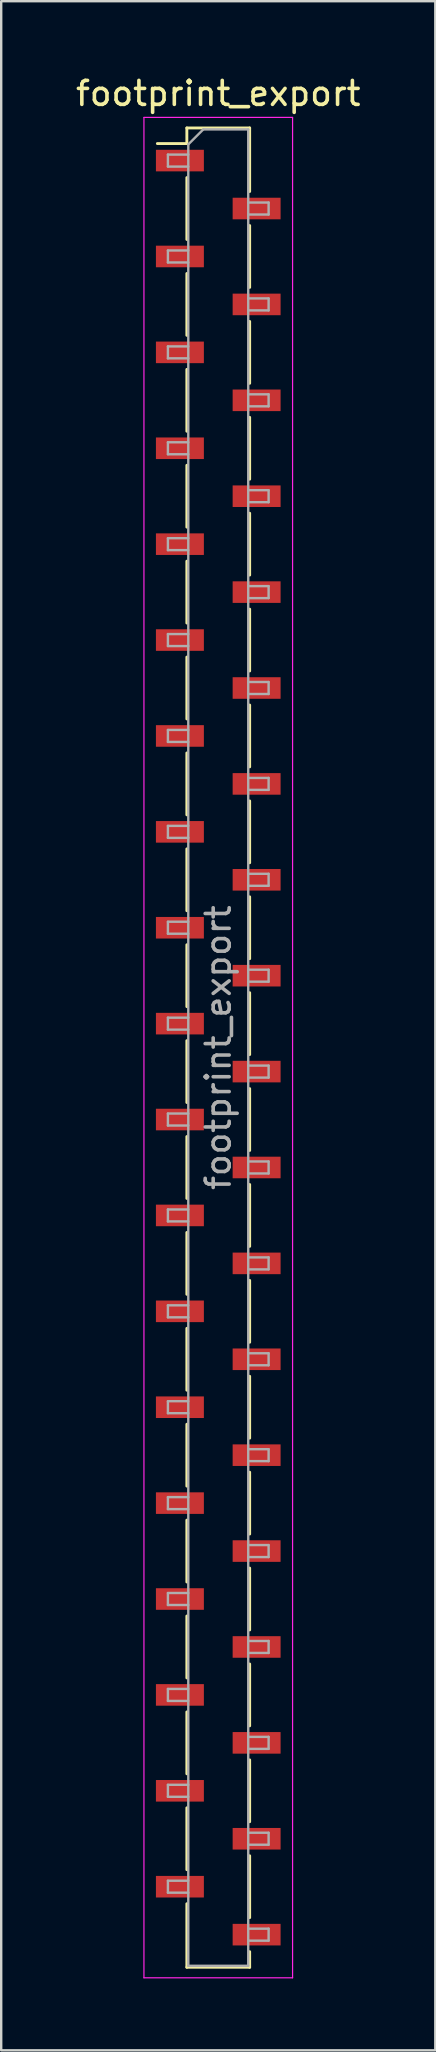
<source format=kicad_pcb>
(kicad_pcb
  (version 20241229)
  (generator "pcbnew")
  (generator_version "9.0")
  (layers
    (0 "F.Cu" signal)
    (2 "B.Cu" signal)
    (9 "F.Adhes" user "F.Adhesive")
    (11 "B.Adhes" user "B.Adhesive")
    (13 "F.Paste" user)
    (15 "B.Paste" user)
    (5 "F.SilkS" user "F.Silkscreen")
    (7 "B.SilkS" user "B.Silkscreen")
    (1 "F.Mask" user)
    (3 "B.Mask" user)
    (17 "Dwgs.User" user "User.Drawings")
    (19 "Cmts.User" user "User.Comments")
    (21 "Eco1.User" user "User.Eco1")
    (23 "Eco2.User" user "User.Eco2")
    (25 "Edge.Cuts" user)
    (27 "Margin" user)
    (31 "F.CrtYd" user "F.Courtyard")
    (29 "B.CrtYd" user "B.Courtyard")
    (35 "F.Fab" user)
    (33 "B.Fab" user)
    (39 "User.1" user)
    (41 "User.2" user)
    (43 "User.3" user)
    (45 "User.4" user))
  (footprint "footprint_export"
    (layer "F.Cu")
    (at 6.054 40.648)
    (property "Reference" "footprint_export" (at 0 -39.8 0) (layer "F.SilkS") (effects (font (size 1 1) (thickness 0.15))))
    (attr smd)
    (fp_line (start -2.54 -37.71) (end -1.31 -37.71) (stroke (width 0.12) (type solid)) (layer "F.SilkS"))
    (fp_line (start -1.31 -38.36) (end -1.31 -37.71) (stroke (width 0.12) (type solid)) (layer "F.SilkS"))
    (fp_line (start -1.31 -38.36) (end 1.31 -38.36) (stroke (width 0.12) (type solid)) (layer "F.SilkS"))
    (fp_line (start -1.31 -36.29) (end -1.31 -33.71) (stroke (width 0.12) (type solid)) (layer "F.SilkS"))
    (fp_line (start -1.31 -32.29) (end -1.31 -29.71) (stroke (width 0.12) (type solid)) (layer "F.SilkS"))
    (fp_line (start -1.31 -28.29) (end -1.31 -25.71) (stroke (width 0.12) (type solid)) (layer "F.SilkS"))
    (fp_line (start -1.31 -24.29) (end -1.31 -21.71) (stroke (width 0.12) (type solid)) (layer "F.SilkS"))
    (fp_line (start -1.31 -20.29) (end -1.31 -17.71) (stroke (width 0.12) (type solid)) (layer "F.SilkS"))
    (fp_line (start -1.31 -16.29) (end -1.31 -13.71) (stroke (width 0.12) (type solid)) (layer "F.SilkS"))
    (fp_line (start -1.31 -12.29) (end -1.31 -9.71) (stroke (width 0.12) (type solid)) (layer "F.SilkS"))
    (fp_line (start -1.31 -8.29) (end -1.31 -5.71) (stroke (width 0.12) (type solid)) (layer "F.SilkS"))
    (fp_line (start -1.31 -4.29) (end -1.31 -1.71) (stroke (width 0.12) (type solid)) (layer "F.SilkS"))
    (fp_line (start -1.31 -0.29) (end -1.31 2.29) (stroke (width 0.12) (type solid)) (layer "F.SilkS"))
    (fp_line (start -1.31 3.71) (end -1.31 6.29) (stroke (width 0.12) (type solid)) (layer "F.SilkS"))
    (fp_line (start -1.31 7.71) (end -1.31 10.29) (stroke (width 0.12) (type solid)) (layer "F.SilkS"))
    (fp_line (start -1.31 11.71) (end -1.31 14.29) (stroke (width 0.12) (type solid)) (layer "F.SilkS"))
    (fp_line (start -1.31 15.71) (end -1.31 18.29) (stroke (width 0.12) (type solid)) (layer "F.SilkS"))
    (fp_line (start -1.31 19.71) (end -1.31 22.29) (stroke (width 0.12) (type solid)) (layer "F.SilkS"))
    (fp_line (start -1.31 23.71) (end -1.31 26.29) (stroke (width 0.12) (type solid)) (layer "F.SilkS"))
    (fp_line (start -1.31 27.71) (end -1.31 30.29) (stroke (width 0.12) (type solid)) (layer "F.SilkS"))
    (fp_line (start -1.31 31.71) (end -1.31 34.29) (stroke (width 0.12) (type solid)) (layer "F.SilkS"))
    (fp_line (start -1.31 35.71) (end -1.31 38.36) (stroke (width 0.12) (type solid)) (layer "F.SilkS"))
    (fp_line (start -1.31 38.36) (end 1.31 38.36) (stroke (width 0.12) (type solid)) (layer "F.SilkS"))
    (fp_line (start 1.31 -38.36) (end 1.31 -35.71) (stroke (width 0.12) (type solid)) (layer "F.SilkS"))
    (fp_line (start 1.31 -34.29) (end 1.31 -31.71) (stroke (width 0.12) (type solid)) (layer "F.SilkS"))
    (fp_line (start 1.31 -30.29) (end 1.31 -27.71) (stroke (width 0.12) (type solid)) (layer "F.SilkS"))
    (fp_line (start 1.31 -26.29) (end 1.31 -23.71) (stroke (width 0.12) (type solid)) (layer "F.SilkS"))
    (fp_line (start 1.31 -22.29) (end 1.31 -19.71) (stroke (width 0.12) (type solid)) (layer "F.SilkS"))
    (fp_line (start 1.31 -18.29) (end 1.31 -15.71) (stroke (width 0.12) (type solid)) (layer "F.SilkS"))
    (fp_line (start 1.31 -14.29) (end 1.31 -11.71) (stroke (width 0.12) (type solid)) (layer "F.SilkS"))
    (fp_line (start 1.31 -10.29) (end 1.31 -7.71) (stroke (width 0.12) (type solid)) (layer "F.SilkS"))
    (fp_line (start 1.31 -6.29) (end 1.31 -3.71) (stroke (width 0.12) (type solid)) (layer "F.SilkS"))
    (fp_line (start 1.31 -2.29) (end 1.31 0.29) (stroke (width 0.12) (type solid)) (layer "F.SilkS"))
    (fp_line (start 1.31 1.71) (end 1.31 4.29) (stroke (width 0.12) (type solid)) (layer "F.SilkS"))
    (fp_line (start 1.31 5.71) (end 1.31 8.29) (stroke (width 0.12) (type solid)) (layer "F.SilkS"))
    (fp_line (start 1.31 9.71) (end 1.31 12.29) (stroke (width 0.12) (type solid)) (layer "F.SilkS"))
    (fp_line (start 1.31 13.71) (end 1.31 16.29) (stroke (width 0.12) (type solid)) (layer "F.SilkS"))
    (fp_line (start 1.31 17.71) (end 1.31 20.29) (stroke (width 0.12) (type solid)) (layer "F.SilkS"))
    (fp_line (start 1.31 21.71) (end 1.31 24.29) (stroke (width 0.12) (type solid)) (layer "F.SilkS"))
    (fp_line (start 1.31 25.71) (end 1.31 28.29) (stroke (width 0.12) (type solid)) (layer "F.SilkS"))
    (fp_line (start 1.31 29.71) (end 1.31 32.29) (stroke (width 0.12) (type solid)) (layer "F.SilkS"))
    (fp_line (start 1.31 33.71) (end 1.31 36.29) (stroke (width 0.12) (type solid)) (layer "F.SilkS"))
    (fp_line (start 1.31 37.71) (end 1.31 38.36) (stroke (width 0.12) (type solid)) (layer "F.SilkS"))
    (fp_line (start -3.1 -38.8) (end 3.1 -38.8) (stroke (width 0.05) (type solid)) (layer "F.CrtYd"))
    (fp_line (start -3.1 38.8) (end -3.1 -38.8) (stroke (width 0.05) (type solid)) (layer "F.CrtYd"))
    (fp_line (start 3.1 -38.8) (end 3.1 38.8) (stroke (width 0.05) (type solid)) (layer "F.CrtYd"))
    (fp_line (start 3.1 38.8) (end -3.1 38.8) (stroke (width 0.05) (type solid)) (layer "F.CrtYd"))
    (fp_line (start -2.1 -37.25) (end -1.25 -37.25) (stroke (width 0.1) (type solid)) (layer "F.Fab"))
    (fp_line (start -2.1 -36.75) (end -2.1 -37.25) (stroke (width 0.1) (type solid)) (layer "F.Fab"))
    (fp_line (start -2.1 -33.25) (end -1.25 -33.25) (stroke (width 0.1) (type solid)) (layer "F.Fab"))
    (fp_line (start -2.1 -32.75) (end -2.1 -33.25) (stroke (width 0.1) (type solid)) (layer "F.Fab"))
    (fp_line (start -2.1 -29.25) (end -1.25 -29.25) (stroke (width 0.1) (type solid)) (layer "F.Fab"))
    (fp_line (start -2.1 -28.75) (end -2.1 -29.25) (stroke (width 0.1) (type solid)) (layer "F.Fab"))
    (fp_line (start -2.1 -25.25) (end -1.25 -25.25) (stroke (width 0.1) (type solid)) (layer "F.Fab"))
    (fp_line (start -2.1 -24.75) (end -2.1 -25.25) (stroke (width 0.1) (type solid)) (layer "F.Fab"))
    (fp_line (start -2.1 -21.25) (end -1.25 -21.25) (stroke (width 0.1) (type solid)) (layer "F.Fab"))
    (fp_line (start -2.1 -20.75) (end -2.1 -21.25) (stroke (width 0.1) (type solid)) (layer "F.Fab"))
    (fp_line (start -2.1 -17.25) (end -1.25 -17.25) (stroke (width 0.1) (type solid)) (layer "F.Fab"))
    (fp_line (start -2.1 -16.75) (end -2.1 -17.25) (stroke (width 0.1) (type solid)) (layer "F.Fab"))
    (fp_line (start -2.1 -13.25) (end -1.25 -13.25) (stroke (width 0.1) (type solid)) (layer "F.Fab"))
    (fp_line (start -2.1 -12.75) (end -2.1 -13.25) (stroke (width 0.1) (type solid)) (layer "F.Fab"))
    (fp_line (start -2.1 -9.25) (end -1.25 -9.25) (stroke (width 0.1) (type solid)) (layer "F.Fab"))
    (fp_line (start -2.1 -8.75) (end -2.1 -9.25) (stroke (width 0.1) (type solid)) (layer "F.Fab"))
    (fp_line (start -2.1 -5.25) (end -1.25 -5.25) (stroke (width 0.1) (type solid)) (layer "F.Fab"))
    (fp_line (start -2.1 -4.75) (end -2.1 -5.25) (stroke (width 0.1) (type solid)) (layer "F.Fab"))
    (fp_line (start -2.1 -1.25) (end -1.25 -1.25) (stroke (width 0.1) (type solid)) (layer "F.Fab"))
    (fp_line (start -2.1 -0.75) (end -2.1 -1.25) (stroke (width 0.1) (type solid)) (layer "F.Fab"))
    (fp_line (start -2.1 2.75) (end -1.25 2.75) (stroke (width 0.1) (type solid)) (layer "F.Fab"))
    (fp_line (start -2.1 3.25) (end -2.1 2.75) (stroke (width 0.1) (type solid)) (layer "F.Fab"))
    (fp_line (start -2.1 6.75) (end -1.25 6.75) (stroke (width 0.1) (type solid)) (layer "F.Fab"))
    (fp_line (start -2.1 7.25) (end -2.1 6.75) (stroke (width 0.1) (type solid)) (layer "F.Fab"))
    (fp_line (start -2.1 10.75) (end -1.25 10.75) (stroke (width 0.1) (type solid)) (layer "F.Fab"))
    (fp_line (start -2.1 11.25) (end -2.1 10.75) (stroke (width 0.1) (type solid)) (layer "F.Fab"))
    (fp_line (start -2.1 14.75) (end -1.25 14.75) (stroke (width 0.1) (type solid)) (layer "F.Fab"))
    (fp_line (start -2.1 15.25) (end -2.1 14.75) (stroke (width 0.1) (type solid)) (layer "F.Fab"))
    (fp_line (start -2.1 18.75) (end -1.25 18.75) (stroke (width 0.1) (type solid)) (layer "F.Fab"))
    (fp_line (start -2.1 19.25) (end -2.1 18.75) (stroke (width 0.1) (type solid)) (layer "F.Fab"))
    (fp_line (start -2.1 22.75) (end -1.25 22.75) (stroke (width 0.1) (type solid)) (layer "F.Fab"))
    (fp_line (start -2.1 23.25) (end -2.1 22.75) (stroke (width 0.1) (type solid)) (layer "F.Fab"))
    (fp_line (start -2.1 26.75) (end -1.25 26.75) (stroke (width 0.1) (type solid)) (layer "F.Fab"))
    (fp_line (start -2.1 27.25) (end -2.1 26.75) (stroke (width 0.1) (type solid)) (layer "F.Fab"))
    (fp_line (start -2.1 30.75) (end -1.25 30.75) (stroke (width 0.1) (type solid)) (layer "F.Fab"))
    (fp_line (start -2.1 31.25) (end -2.1 30.75) (stroke (width 0.1) (type solid)) (layer "F.Fab"))
    (fp_line (start -2.1 34.75) (end -1.25 34.75) (stroke (width 0.1) (type solid)) (layer "F.Fab"))
    (fp_line (start -2.1 35.25) (end -2.1 34.75) (stroke (width 0.1) (type solid)) (layer "F.Fab"))
    (fp_line (start -1.25 -37.675) (end -0.625 -38.3) (stroke (width 0.1) (type solid)) (layer "F.Fab"))
    (fp_line (start -1.25 -36.75) (end -2.1 -36.75) (stroke (width 0.1) (type solid)) (layer "F.Fab"))
    (fp_line (start -1.25 -32.75) (end -2.1 -32.75) (stroke (width 0.1) (type solid)) (layer "F.Fab"))
    (fp_line (start -1.25 -28.75) (end -2.1 -28.75) (stroke (width 0.1) (type solid)) (layer "F.Fab"))
    (fp_line (start -1.25 -24.75) (end -2.1 -24.75) (stroke (width 0.1) (type solid)) (layer "F.Fab"))
    (fp_line (start -1.25 -20.75) (end -2.1 -20.75) (stroke (width 0.1) (type solid)) (layer "F.Fab"))
    (fp_line (start -1.25 -16.75) (end -2.1 -16.75) (stroke (width 0.1) (type solid)) (layer "F.Fab"))
    (fp_line (start -1.25 -12.75) (end -2.1 -12.75) (stroke (width 0.1) (type solid)) (layer "F.Fab"))
    (fp_line (start -1.25 -8.75) (end -2.1 -8.75) (stroke (width 0.1) (type solid)) (layer "F.Fab"))
    (fp_line (start -1.25 -4.75) (end -2.1 -4.75) (stroke (width 0.1) (type solid)) (layer "F.Fab"))
    (fp_line (start -1.25 -0.75) (end -2.1 -0.75) (stroke (width 0.1) (type solid)) (layer "F.Fab"))
    (fp_line (start -1.25 3.25) (end -2.1 3.25) (stroke (width 0.1) (type solid)) (layer "F.Fab"))
    (fp_line (start -1.25 7.25) (end -2.1 7.25) (stroke (width 0.1) (type solid)) (layer "F.Fab"))
    (fp_line (start -1.25 11.25) (end -2.1 11.25) (stroke (width 0.1) (type solid)) (layer "F.Fab"))
    (fp_line (start -1.25 15.25) (end -2.1 15.25) (stroke (width 0.1) (type solid)) (layer "F.Fab"))
    (fp_line (start -1.25 19.25) (end -2.1 19.25) (stroke (width 0.1) (type solid)) (layer "F.Fab"))
    (fp_line (start -1.25 23.25) (end -2.1 23.25) (stroke (width 0.1) (type solid)) (layer "F.Fab"))
    (fp_line (start -1.25 27.25) (end -2.1 27.25) (stroke (width 0.1) (type solid)) (layer "F.Fab"))
    (fp_line (start -1.25 31.25) (end -2.1 31.25) (stroke (width 0.1) (type solid)) (layer "F.Fab"))
    (fp_line (start -1.25 35.25) (end -2.1 35.25) (stroke (width 0.1) (type solid)) (layer "F.Fab"))
    (fp_line (start -1.25 38.3) (end -1.25 -37.675) (stroke (width 0.1) (type solid)) (layer "F.Fab"))
    (fp_line (start -0.625 -38.3) (end 1.25 -38.3) (stroke (width 0.1) (type solid)) (layer "F.Fab"))
    (fp_line (start 1.25 -38.3) (end 1.25 38.3) (stroke (width 0.1) (type solid)) (layer "F.Fab"))
    (fp_line (start 1.25 -35.25) (end 2.1 -35.25) (stroke (width 0.1) (type solid)) (layer "F.Fab"))
    (fp_line (start 1.25 -31.25) (end 2.1 -31.25) (stroke (width 0.1) (type solid)) (layer "F.Fab"))
    (fp_line (start 1.25 -27.25) (end 2.1 -27.25) (stroke (width 0.1) (type solid)) (layer "F.Fab"))
    (fp_line (start 1.25 -23.25) (end 2.1 -23.25) (stroke (width 0.1) (type solid)) (layer "F.Fab"))
    (fp_line (start 1.25 -19.25) (end 2.1 -19.25) (stroke (width 0.1) (type solid)) (layer "F.Fab"))
    (fp_line (start 1.25 -15.25) (end 2.1 -15.25) (stroke (width 0.1) (type solid)) (layer "F.Fab"))
    (fp_line (start 1.25 -11.25) (end 2.1 -11.25) (stroke (width 0.1) (type solid)) (layer "F.Fab"))
    (fp_line (start 1.25 -7.25) (end 2.1 -7.25) (stroke (width 0.1) (type solid)) (layer "F.Fab"))
    (fp_line (start 1.25 -3.25) (end 2.1 -3.25) (stroke (width 0.1) (type solid)) (layer "F.Fab"))
    (fp_line (start 1.25 0.75) (end 2.1 0.75) (stroke (width 0.1) (type solid)) (layer "F.Fab"))
    (fp_line (start 1.25 4.75) (end 2.1 4.75) (stroke (width 0.1) (type solid)) (layer "F.Fab"))
    (fp_line (start 1.25 8.75) (end 2.1 8.75) (stroke (width 0.1) (type solid)) (layer "F.Fab"))
    (fp_line (start 1.25 12.75) (end 2.1 12.75) (stroke (width 0.1) (type solid)) (layer "F.Fab"))
    (fp_line (start 1.25 16.75) (end 2.1 16.75) (stroke (width 0.1) (type solid)) (layer "F.Fab"))
    (fp_line (start 1.25 20.75) (end 2.1 20.75) (stroke (width 0.1) (type solid)) (layer "F.Fab"))
    (fp_line (start 1.25 24.75) (end 2.1 24.75) (stroke (width 0.1) (type solid)) (layer "F.Fab"))
    (fp_line (start 1.25 28.75) (end 2.1 28.75) (stroke (width 0.1) (type solid)) (layer "F.Fab"))
    (fp_line (start 1.25 32.75) (end 2.1 32.75) (stroke (width 0.1) (type solid)) (layer "F.Fab"))
    (fp_line (start 1.25 36.75) (end 2.1 36.75) (stroke (width 0.1) (type solid)) (layer "F.Fab"))
    (fp_line (start 1.25 38.3) (end -1.25 38.3) (stroke (width 0.1) (type solid)) (layer "F.Fab"))
    (fp_line (start 2.1 -35.25) (end 2.1 -34.75) (stroke (width 0.1) (type solid)) (layer "F.Fab"))
    (fp_line (start 2.1 -34.75) (end 1.25 -34.75) (stroke (width 0.1) (type solid)) (layer "F.Fab"))
    (fp_line (start 2.1 -31.25) (end 2.1 -30.75) (stroke (width 0.1) (type solid)) (layer "F.Fab"))
    (fp_line (start 2.1 -30.75) (end 1.25 -30.75) (stroke (width 0.1) (type solid)) (layer "F.Fab"))
    (fp_line (start 2.1 -27.25) (end 2.1 -26.75) (stroke (width 0.1) (type solid)) (layer "F.Fab"))
    (fp_line (start 2.1 -26.75) (end 1.25 -26.75) (stroke (width 0.1) (type solid)) (layer "F.Fab"))
    (fp_line (start 2.1 -23.25) (end 2.1 -22.75) (stroke (width 0.1) (type solid)) (layer "F.Fab"))
    (fp_line (start 2.1 -22.75) (end 1.25 -22.75) (stroke (width 0.1) (type solid)) (layer "F.Fab"))
    (fp_line (start 2.1 -19.25) (end 2.1 -18.75) (stroke (width 0.1) (type solid)) (layer "F.Fab"))
    (fp_line (start 2.1 -18.75) (end 1.25 -18.75) (stroke (width 0.1) (type solid)) (layer "F.Fab"))
    (fp_line (start 2.1 -15.25) (end 2.1 -14.75) (stroke (width 0.1) (type solid)) (layer "F.Fab"))
    (fp_line (start 2.1 -14.75) (end 1.25 -14.75) (stroke (width 0.1) (type solid)) (layer "F.Fab"))
    (fp_line (start 2.1 -11.25) (end 2.1 -10.75) (stroke (width 0.1) (type solid)) (layer "F.Fab"))
    (fp_line (start 2.1 -10.75) (end 1.25 -10.75) (stroke (width 0.1) (type solid)) (layer "F.Fab"))
    (fp_line (start 2.1 -7.25) (end 2.1 -6.75) (stroke (width 0.1) (type solid)) (layer "F.Fab"))
    (fp_line (start 2.1 -6.75) (end 1.25 -6.75) (stroke (width 0.1) (type solid)) (layer "F.Fab"))
    (fp_line (start 2.1 -3.25) (end 2.1 -2.75) (stroke (width 0.1) (type solid)) (layer "F.Fab"))
    (fp_line (start 2.1 -2.75) (end 1.25 -2.75) (stroke (width 0.1) (type solid)) (layer "F.Fab"))
    (fp_line (start 2.1 0.75) (end 2.1 1.25) (stroke (width 0.1) (type solid)) (layer "F.Fab"))
    (fp_line (start 2.1 1.25) (end 1.25 1.25) (stroke (width 0.1) (type solid)) (layer "F.Fab"))
    (fp_line (start 2.1 4.75) (end 2.1 5.25) (stroke (width 0.1) (type solid)) (layer "F.Fab"))
    (fp_line (start 2.1 5.25) (end 1.25 5.25) (stroke (width 0.1) (type solid)) (layer "F.Fab"))
    (fp_line (start 2.1 8.75) (end 2.1 9.25) (stroke (width 0.1) (type solid)) (layer "F.Fab"))
    (fp_line (start 2.1 9.25) (end 1.25 9.25) (stroke (width 0.1) (type solid)) (layer "F.Fab"))
    (fp_line (start 2.1 12.75) (end 2.1 13.25) (stroke (width 0.1) (type solid)) (layer "F.Fab"))
    (fp_line (start 2.1 13.25) (end 1.25 13.25) (stroke (width 0.1) (type solid)) (layer "F.Fab"))
    (fp_line (start 2.1 16.75) (end 2.1 17.25) (stroke (width 0.1) (type solid)) (layer "F.Fab"))
    (fp_line (start 2.1 17.25) (end 1.25 17.25) (stroke (width 0.1) (type solid)) (layer "F.Fab"))
    (fp_line (start 2.1 20.75) (end 2.1 21.25) (stroke (width 0.1) (type solid)) (layer "F.Fab"))
    (fp_line (start 2.1 21.25) (end 1.25 21.25) (stroke (width 0.1) (type solid)) (layer "F.Fab"))
    (fp_line (start 2.1 24.75) (end 2.1 25.25) (stroke (width 0.1) (type solid)) (layer "F.Fab"))
    (fp_line (start 2.1 25.25) (end 1.25 25.25) (stroke (width 0.1) (type solid)) (layer "F.Fab"))
    (fp_line (start 2.1 28.75) (end 2.1 29.25) (stroke (width 0.1) (type solid)) (layer "F.Fab"))
    (fp_line (start 2.1 29.25) (end 1.25 29.25) (stroke (width 0.1) (type solid)) (layer "F.Fab"))
    (fp_line (start 2.1 32.75) (end 2.1 33.25) (stroke (width 0.1) (type solid)) (layer "F.Fab"))
    (fp_line (start 2.1 33.25) (end 1.25 33.25) (stroke (width 0.1) (type solid)) (layer "F.Fab"))
    (fp_line (start 2.1 36.75) (end 2.1 37.25) (stroke (width 0.1) (type solid)) (layer "F.Fab"))
    (fp_line (start 2.1 37.25) (end 1.25 37.25) (stroke (width 0.1) (type solid)) (layer "F.Fab"))
    (fp_text user "${REFERENCE}" (at 0 0 90) (layer "F.Fab") (effects (font (size 1 1) (thickness 0.15))))
    (pad "1" smd rect (at -1.6 -37) (size 2 0.9) (layers "F.Cu" "F.Mask" "F.Paste"))
    (pad "2" smd rect (at 1.6 -35) (size 2 0.9) (layers "F.Cu" "F.Mask" "F.Paste"))
    (pad "3" smd rect (at -1.6 -33) (size 2 0.9) (layers "F.Cu" "F.Mask" "F.Paste"))
    (pad "4" smd rect (at 1.6 -31) (size 2 0.9) (layers "F.Cu" "F.Mask" "F.Paste"))
    (pad "5" smd rect (at -1.6 -29) (size 2 0.9) (layers "F.Cu" "F.Mask" "F.Paste"))
    (pad "6" smd rect (at 1.6 -27) (size 2 0.9) (layers "F.Cu" "F.Mask" "F.Paste"))
    (pad "7" smd rect (at -1.6 -25) (size 2 0.9) (layers "F.Cu" "F.Mask" "F.Paste"))
    (pad "8" smd rect (at 1.6 -23) (size 2 0.9) (layers "F.Cu" "F.Mask" "F.Paste"))
    (pad "9" smd rect (at -1.6 -21) (size 2 0.9) (layers "F.Cu" "F.Mask" "F.Paste"))
    (pad "10" smd rect (at 1.6 -19) (size 2 0.9) (layers "F.Cu" "F.Mask" "F.Paste"))
    (pad "11" smd rect (at -1.6 -17) (size 2 0.9) (layers "F.Cu" "F.Mask" "F.Paste"))
    (pad "12" smd rect (at 1.6 -15) (size 2 0.9) (layers "F.Cu" "F.Mask" "F.Paste"))
    (pad "13" smd rect (at -1.6 -13) (size 2 0.9) (layers "F.Cu" "F.Mask" "F.Paste"))
    (pad "14" smd rect (at 1.6 -11) (size 2 0.9) (layers "F.Cu" "F.Mask" "F.Paste"))
    (pad "15" smd rect (at -1.6 -9) (size 2 0.9) (layers "F.Cu" "F.Mask" "F.Paste"))
    (pad "16" smd rect (at 1.6 -7) (size 2 0.9) (layers "F.Cu" "F.Mask" "F.Paste"))
    (pad "17" smd rect (at -1.6 -5) (size 2 0.9) (layers "F.Cu" "F.Mask" "F.Paste"))
    (pad "18" smd rect (at 1.6 -3) (size 2 0.9) (layers "F.Cu" "F.Mask" "F.Paste"))
    (pad "19" smd rect (at -1.6 -1) (size 2 0.9) (layers "F.Cu" "F.Mask" "F.Paste"))
    (pad "20" smd rect (at 1.6 1) (size 2 0.9) (layers "F.Cu" "F.Mask" "F.Paste"))
    (pad "21" smd rect (at -1.6 3) (size 2 0.9) (layers "F.Cu" "F.Mask" "F.Paste"))
    (pad "22" smd rect (at 1.6 5) (size 2 0.9) (layers "F.Cu" "F.Mask" "F.Paste"))
    (pad "23" smd rect (at -1.6 7) (size 2 0.9) (layers "F.Cu" "F.Mask" "F.Paste"))
    (pad "24" smd rect (at 1.6 9) (size 2 0.9) (layers "F.Cu" "F.Mask" "F.Paste"))
    (pad "25" smd rect (at -1.6 11) (size 2 0.9) (layers "F.Cu" "F.Mask" "F.Paste"))
    (pad "26" smd rect (at 1.6 13) (size 2 0.9) (layers "F.Cu" "F.Mask" "F.Paste"))
    (pad "27" smd rect (at -1.6 15) (size 2 0.9) (layers "F.Cu" "F.Mask" "F.Paste"))
    (pad "28" smd rect (at 1.6 17) (size 2 0.9) (layers "F.Cu" "F.Mask" "F.Paste"))
    (pad "29" smd rect (at -1.6 19) (size 2 0.9) (layers "F.Cu" "F.Mask" "F.Paste"))
    (pad "30" smd rect (at 1.6 21) (size 2 0.9) (layers "F.Cu" "F.Mask" "F.Paste"))
    (pad "31" smd rect (at -1.6 23) (size 2 0.9) (layers "F.Cu" "F.Mask" "F.Paste"))
    (pad "32" smd rect (at 1.6 25) (size 2 0.9) (layers "F.Cu" "F.Mask" "F.Paste"))
    (pad "33" smd rect (at -1.6 27) (size 2 0.9) (layers "F.Cu" "F.Mask" "F.Paste"))
    (pad "34" smd rect (at 1.6 29) (size 2 0.9) (layers "F.Cu" "F.Mask" "F.Paste"))
    (pad "35" smd rect (at -1.6 31) (size 2 0.9) (layers "F.Cu" "F.Mask" "F.Paste"))
    (pad "36" smd rect (at 1.6 33) (size 2 0.9) (layers "F.Cu" "F.Mask" "F.Paste"))
    (pad "37" smd rect (at -1.6 35) (size 2 0.9) (layers "F.Cu" "F.Mask" "F.Paste"))
    (pad "38" smd rect (at 1.6 37) (size 2 0.9) (layers "F.Cu" "F.Mask" "F.Paste")))
  (gr_rect
    (start -3 -3)
    (end 15.107 82.473)
    (stroke (width 0.1) (type default))
    (fill no)
    (layer "Edge.Cuts")))
</source>
